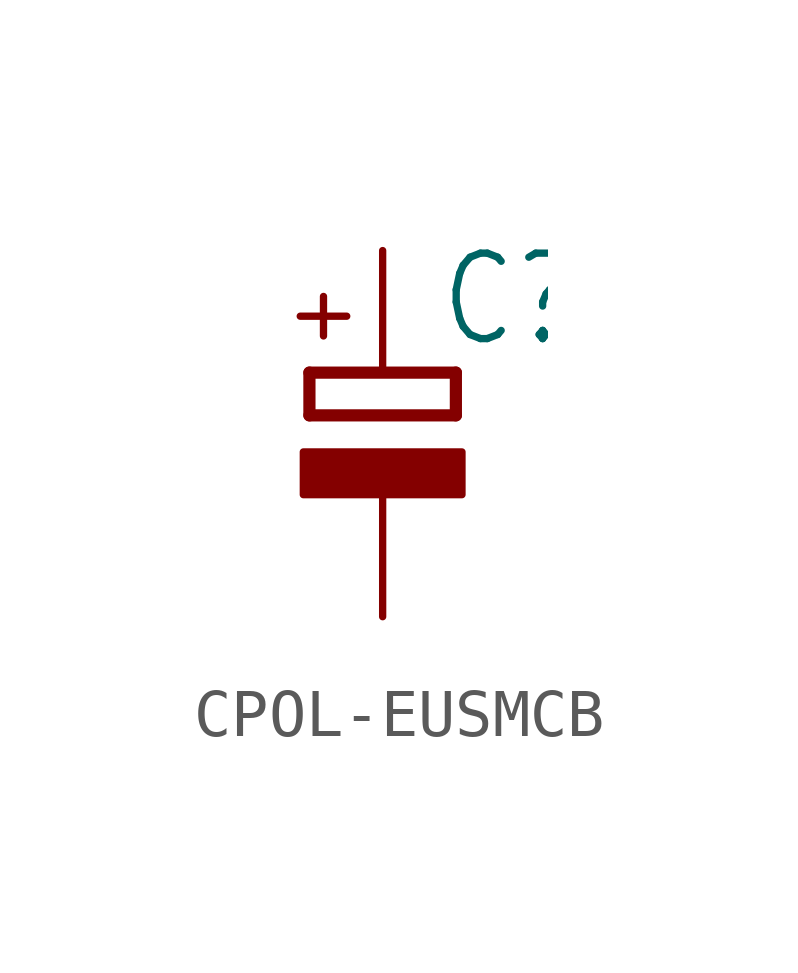
<source format=kicad_sym>
(kicad_symbol_lib
  (version 20231120)
  (generator "kicad_symbol_editor")
  (generator_version "8.0")
  (symbol "CPOL-EUSMCB"
    (property "Reference" "C"
      (at 1.143 0.483 0)
      (effects (font (size 1.778 1.511)) (justify left bottom)))
    (property "Value" ""
      (at 1.143 -4.597 0)
      (effects (font (size 1.778 1.511)) (justify left bottom)))
    (property "ki_locked" ""
      (at 0 0 0)
      (effects (font (size 1.27 1.27))))
    (symbol "CPOL-EUSMCB_1_0"
      (rectangle (start -1.651 -2.54) (end 1.651 -1.651) (stroke (width 0) (type default)) (fill (type outline)))
      (polyline (pts (xy -1.524 -0.889) (xy 1.524 -0.889)) (stroke (width 0.254) (type solid)) (fill (type none)))
      (polyline (pts (xy -1.524 0) (xy -1.524 -0.889)) (stroke (width 0.254) (type solid)) (fill (type none)))
      (polyline (pts (xy -1.524 0) (xy 1.524 0)) (stroke (width 0.254) (type solid)) (fill (type none)))
      (polyline (pts (xy 1.524 -0.889) (xy 1.524 0)) (stroke (width 0.254) (type solid)) (fill (type none)))
      (text "+" (at -0.584 0.406 900) (effects (font (size 1.27 1.079)) (justify left bottom)))
      (pin passive line (at 0 2.54 270) (length 2.54) (name "+" (effects (font (size 0 0)))) (number "+" (effects (font (size 0 0)))))
      (pin passive line (at 0 -5.08 90) (length 2.54) (name "-" (effects (font (size 0 0)))) (number "-" (effects (font (size 0 0))))))))
</source>
